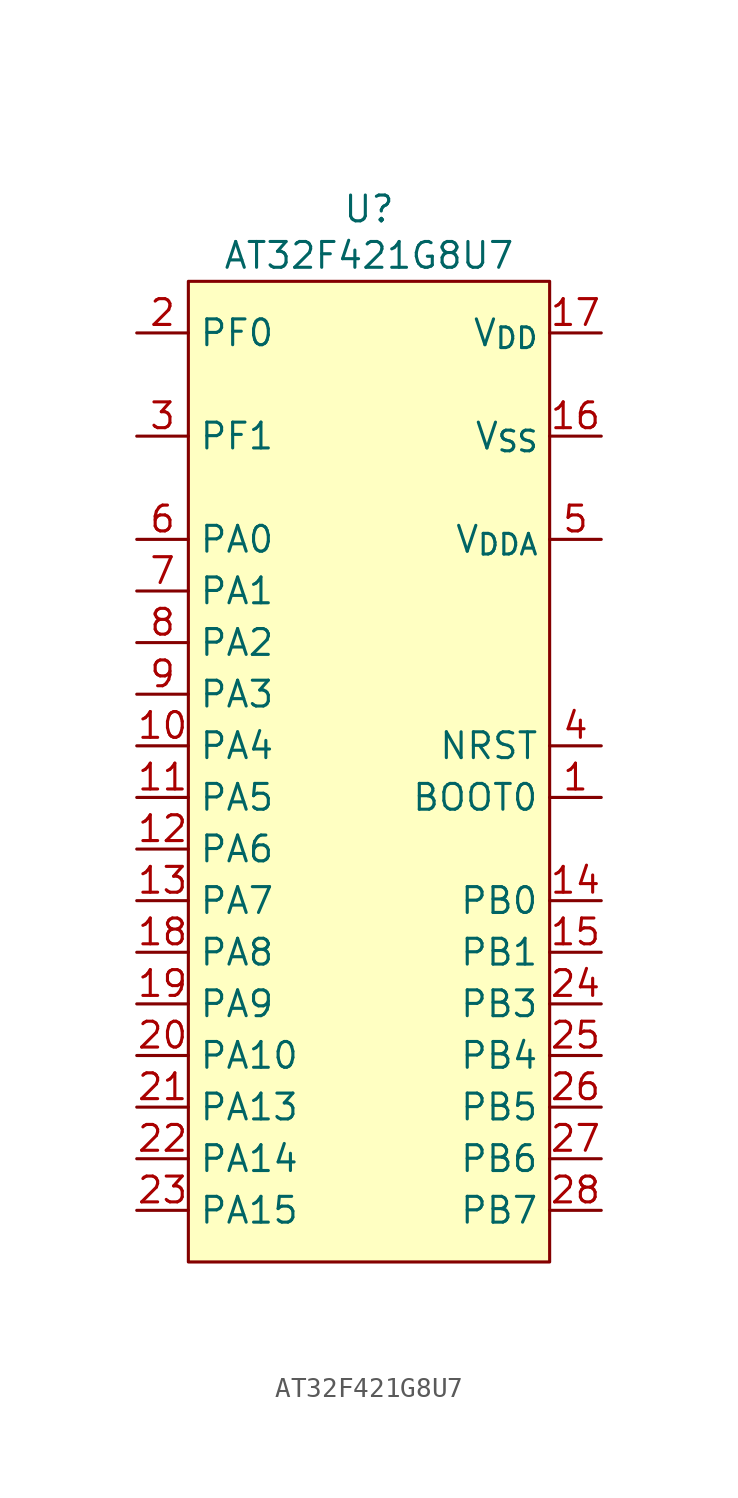
<source format=kicad_sym>
(kicad_symbol_lib
  (version 20241209)
  (generator "kicad_symbol_editor")
  (generator_version "9.0")
  (symbol "AT32F421G8U7"
    (property "Reference" "U"
      (at 0 26.416 0)
      (effects (font (size 1.27 1.27))))
    (property "Value" "AT32F421G8U7"
      (at 0 24.13 0)
      (effects (font (size 1.27 1.27))))
    (symbol "AT32F421G8U7_1_1"
      (rectangle (start -8.89 22.86) (end 8.89 -25.4) (stroke (width 0) (type solid)) (fill (type background)))
      (pin bidirectional line (at -11.43 20.32 0) (length 2.54) (name "PF0" (effects (font (size 1.27 1.27)))) (number "2" (effects (font (size 1.27 1.27)))) (alternate "HEXT_IN" bidirectional line))
      (pin bidirectional line (at -11.43 15.24 0) (length 2.54) (name "PF1" (effects (font (size 1.27 1.27)))) (number "3" (effects (font (size 1.27 1.27)))) (alternate "HEXT_OUT" bidirectional line))
      (pin bidirectional line (at -11.43 10.16 0) (length 2.54) (name "PA0" (effects (font (size 1.27 1.27)))) (number "6" (effects (font (size 1.27 1.27)))))
      (pin bidirectional line (at -11.43 7.62 0) (length 2.54) (name "PA1" (effects (font (size 1.27 1.27)))) (number "7" (effects (font (size 1.27 1.27)))))
      (pin bidirectional line (at -11.43 5.08 0) (length 2.54) (name "PA2" (effects (font (size 1.27 1.27)))) (number "8" (effects (font (size 1.27 1.27)))))
      (pin bidirectional line (at -11.43 2.54 0) (length 2.54) (name "PA3" (effects (font (size 1.27 1.27)))) (number "9" (effects (font (size 1.27 1.27)))))
      (pin bidirectional line (at -11.43 0 0) (length 2.54) (name "PA4" (effects (font (size 1.27 1.27)))) (number "10" (effects (font (size 1.27 1.27)))))
      (pin bidirectional line (at -11.43 -2.54 0) (length 2.54) (name "PA5" (effects (font (size 1.27 1.27)))) (number "11" (effects (font (size 1.27 1.27)))))
      (pin bidirectional line (at -11.43 -5.08 0) (length 2.54) (name "PA6" (effects (font (size 1.27 1.27)))) (number "12" (effects (font (size 1.27 1.27)))))
      (pin bidirectional line (at -11.43 -7.62 0) (length 2.54) (name "PA7" (effects (font (size 1.27 1.27)))) (number "13" (effects (font (size 1.27 1.27)))))
      (pin bidirectional line (at -11.43 -10.16 0) (length 2.54) (name "PA8" (effects (font (size 1.27 1.27)))) (number "18" (effects (font (size 1.27 1.27)))))
      (pin bidirectional line (at -11.43 -12.7 0) (length 2.54) (name "PA9" (effects (font (size 1.27 1.27)))) (number "19" (effects (font (size 1.27 1.27)))))
      (pin bidirectional line (at -11.43 -15.24 0) (length 2.54) (name "PA10" (effects (font (size 1.27 1.27)))) (number "20" (effects (font (size 1.27 1.27)))))
      (pin bidirectional line (at -11.43 -17.78 0) (length 2.54) (name "PA13" (effects (font (size 1.27 1.27)))) (number "21" (effects (font (size 1.27 1.27)))))
      (pin bidirectional line (at -11.43 -20.32 0) (length 2.54) (name "PA14" (effects (font (size 1.27 1.27)))) (number "22" (effects (font (size 1.27 1.27)))))
      (pin bidirectional line (at -11.43 -22.86 0) (length 2.54) (name "PA15" (effects (font (size 1.27 1.27)))) (number "23" (effects (font (size 1.27 1.27)))))
      (pin bidirectional line (at 11.43 20.32 180) (length 2.54) (name "V_{DD}" (effects (font (size 1.27 1.27)))) (number "17" (effects (font (size 1.27 1.27)))))
      (pin bidirectional line (at 11.43 15.24 180) (length 2.54) (name "V_{SS}" (effects (font (size 1.27 1.27)))) (number "16" (effects (font (size 1.27 1.27)))))
      (pin bidirectional line (at 11.43 15.24 180) (length 2.54) (hide yes) (name "EP" (effects (font (size 1.27 1.27)))) (number "29" (effects (font (size 1.27 1.27)))))
      (pin bidirectional line (at 11.43 10.16 180) (length 2.54) (name "V_{DDA}" (effects (font (size 1.27 1.27)))) (number "5" (effects (font (size 1.27 1.27)))))
      (pin bidirectional line (at 11.43 0 180) (length 2.54) (name "NRST" (effects (font (size 1.27 1.27)))) (number "4" (effects (font (size 1.27 1.27)))))
      (pin bidirectional line (at 11.43 -2.54 180) (length 2.54) (name "BOOT0" (effects (font (size 1.27 1.27)))) (number "1" (effects (font (size 1.27 1.27)))))
      (pin bidirectional line (at 11.43 -7.62 180) (length 2.54) (name "PB0" (effects (font (size 1.27 1.27)))) (number "14" (effects (font (size 1.27 1.27)))))
      (pin bidirectional line (at 11.43 -10.16 180) (length 2.54) (name "PB1" (effects (font (size 1.27 1.27)))) (number "15" (effects (font (size 1.27 1.27)))))
      (pin bidirectional line (at 11.43 -12.7 180) (length 2.54) (name "PB3" (effects (font (size 1.27 1.27)))) (number "24" (effects (font (size 1.27 1.27)))))
      (pin bidirectional line (at 11.43 -15.24 180) (length 2.54) (name "PB4" (effects (font (size 1.27 1.27)))) (number "25" (effects (font (size 1.27 1.27)))))
      (pin bidirectional line (at 11.43 -17.78 180) (length 2.54) (name "PB5" (effects (font (size 1.27 1.27)))) (number "26" (effects (font (size 1.27 1.27)))))
      (pin bidirectional line (at 11.43 -20.32 180) (length 2.54) (name "PB6" (effects (font (size 1.27 1.27)))) (number "27" (effects (font (size 1.27 1.27)))))
      (pin bidirectional line (at 11.43 -22.86 180) (length 2.54) (name "PB7" (effects (font (size 1.27 1.27)))) (number "28" (effects (font (size 1.27 1.27))))))))
</source>
